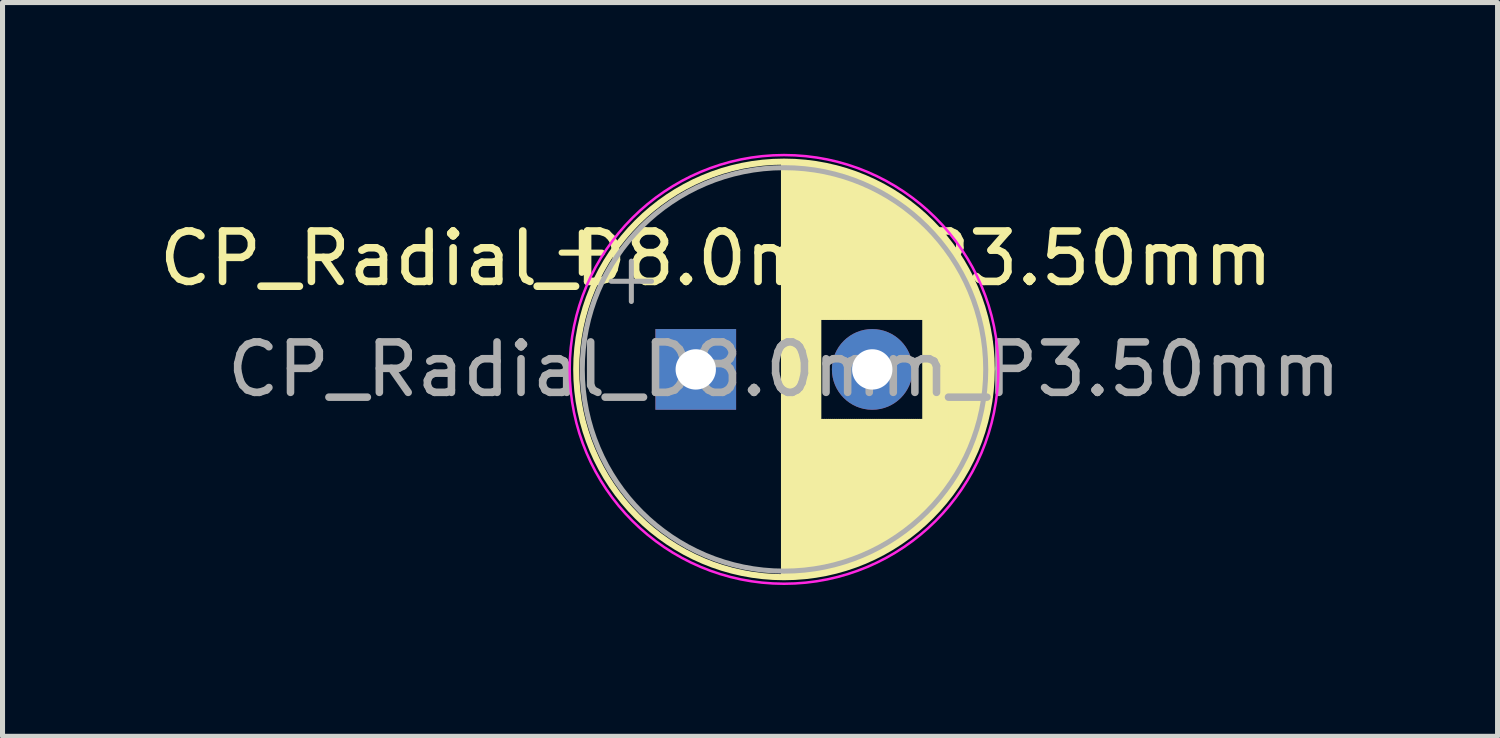
<source format=kicad_pcb>
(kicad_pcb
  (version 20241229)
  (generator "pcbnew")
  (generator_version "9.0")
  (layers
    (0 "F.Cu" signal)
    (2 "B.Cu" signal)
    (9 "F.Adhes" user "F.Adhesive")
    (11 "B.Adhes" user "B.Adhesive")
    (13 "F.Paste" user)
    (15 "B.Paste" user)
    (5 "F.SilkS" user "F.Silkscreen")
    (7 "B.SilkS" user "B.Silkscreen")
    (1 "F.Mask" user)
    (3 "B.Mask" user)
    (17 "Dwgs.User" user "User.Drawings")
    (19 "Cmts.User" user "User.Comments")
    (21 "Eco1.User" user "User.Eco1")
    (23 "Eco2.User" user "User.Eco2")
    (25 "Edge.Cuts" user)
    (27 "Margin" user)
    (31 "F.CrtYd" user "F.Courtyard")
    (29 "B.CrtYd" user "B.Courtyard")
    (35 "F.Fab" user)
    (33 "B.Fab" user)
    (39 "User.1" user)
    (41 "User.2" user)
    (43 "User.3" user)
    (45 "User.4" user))
  (footprint "CP_Radial_D8.0mm_P3.50mm"
    (layer "F.Cu")
    (at 10.746 4.275)
    (property "Reference" "CP_Radial_D8.0mm_P3.50mm" (at 0.403 -2.2 180) (layer "F.SilkS") (effects (font (size 1 1) (thickness 0.15))))
    (attr through_hole)
    (fp_line (start -2.66 -2.315) (end -1.86 -2.315) (stroke (width 0.12) (type solid)) (layer "F.SilkS"))
    (fp_line (start -2.26 -2.715) (end -2.26 -1.915) (stroke (width 0.12) (type solid)) (layer "F.SilkS"))
    (fp_line (start 1.75 -4.08) (end 1.75 4.08) (stroke (width 0.12) (type solid)) (layer "F.SilkS"))
    (fp_line (start 1.79 -4.08) (end 1.79 4.08) (stroke (width 0.12) (type solid)) (layer "F.SilkS"))
    (fp_line (start 1.83 -4.08) (end 1.83 4.08) (stroke (width 0.12) (type solid)) (layer "F.SilkS"))
    (fp_line (start 1.87 -4.079) (end 1.87 4.079) (stroke (width 0.12) (type solid)) (layer "F.SilkS"))
    (fp_line (start 1.91 -4.077) (end 1.91 4.077) (stroke (width 0.12) (type solid)) (layer "F.SilkS"))
    (fp_line (start 1.95 -4.076) (end 1.95 4.076) (stroke (width 0.12) (type solid)) (layer "F.SilkS"))
    (fp_line (start 1.99 -4.074) (end 1.99 4.074) (stroke (width 0.12) (type solid)) (layer "F.SilkS"))
    (fp_line (start 2.03 -4.071) (end 2.03 4.071) (stroke (width 0.12) (type solid)) (layer "F.SilkS"))
    (fp_line (start 2.07 -4.068) (end 2.07 4.068) (stroke (width 0.12) (type solid)) (layer "F.SilkS"))
    (fp_line (start 2.11 -4.065) (end 2.11 4.065) (stroke (width 0.12) (type solid)) (layer "F.SilkS"))
    (fp_line (start 2.15 -4.061) (end 2.15 4.061) (stroke (width 0.12) (type solid)) (layer "F.SilkS"))
    (fp_line (start 2.19 -4.057) (end 2.19 4.057) (stroke (width 0.12) (type solid)) (layer "F.SilkS"))
    (fp_line (start 2.23 -4.052) (end 2.23 4.052) (stroke (width 0.12) (type solid)) (layer "F.SilkS"))
    (fp_line (start 2.27 -4.048) (end 2.27 4.048) (stroke (width 0.12) (type solid)) (layer "F.SilkS"))
    (fp_line (start 2.31 -4.042) (end 2.31 4.042) (stroke (width 0.12) (type solid)) (layer "F.SilkS"))
    (fp_line (start 2.35 -4.037) (end 2.35 4.037) (stroke (width 0.12) (type solid)) (layer "F.SilkS"))
    (fp_line (start 2.39 -4.03) (end 2.39 4.03) (stroke (width 0.12) (type solid)) (layer "F.SilkS"))
    (fp_line (start 2.43 -4.024) (end 2.43 4.024) (stroke (width 0.12) (type solid)) (layer "F.SilkS"))
    (fp_line (start 2.471 -4.017) (end 2.471 -1.04) (stroke (width 0.12) (type solid)) (layer "F.SilkS"))
    (fp_line (start 2.471 1.04) (end 2.471 4.017) (stroke (width 0.12) (type solid)) (layer "F.SilkS"))
    (fp_line (start 2.511 -4.01) (end 2.511 -1.04) (stroke (width 0.12) (type solid)) (layer "F.SilkS"))
    (fp_line (start 2.511 1.04) (end 2.511 4.01) (stroke (width 0.12) (type solid)) (layer "F.SilkS"))
    (fp_line (start 2.551 1.04) (end 2.551 4.002) (stroke (width 0.12) (type solid)) (layer "F.SilkS"))
    (fp_line (start 2.551 -4.002) (end 2.551 -1.04) (stroke (width 0.12) (type solid)) (layer "F.SilkS"))
    (fp_line (start 2.591 -3.994) (end 2.591 -1.04) (stroke (width 0.12) (type solid)) (layer "F.SilkS"))
    (fp_line (start 2.591 1.04) (end 2.591 3.994) (stroke (width 0.12) (type solid)) (layer "F.SilkS"))
    (fp_line (start 2.631 -3.985) (end 2.631 -1.04) (stroke (width 0.12) (type solid)) (layer "F.SilkS"))
    (fp_line (start 2.631 1.04) (end 2.631 3.985) (stroke (width 0.12) (type solid)) (layer "F.SilkS"))
    (fp_line (start 2.671 -3.976) (end 2.671 -1.04) (stroke (width 0.12) (type solid)) (layer "F.SilkS"))
    (fp_line (start 2.671 1.04) (end 2.671 3.976) (stroke (width 0.12) (type solid)) (layer "F.SilkS"))
    (fp_line (start 2.711 -3.967) (end 2.711 -1.04) (stroke (width 0.12) (type solid)) (layer "F.SilkS"))
    (fp_line (start 2.711 1.04) (end 2.711 3.967) (stroke (width 0.12) (type solid)) (layer "F.SilkS"))
    (fp_line (start 2.751 -3.957) (end 2.751 -1.04) (stroke (width 0.12) (type solid)) (layer "F.SilkS"))
    (fp_line (start 2.751 1.04) (end 2.751 3.957) (stroke (width 0.12) (type solid)) (layer "F.SilkS"))
    (fp_line (start 2.791 -3.947) (end 2.791 -1.04) (stroke (width 0.12) (type solid)) (layer "F.SilkS"))
    (fp_line (start 2.791 1.04) (end 2.791 3.947) (stroke (width 0.12) (type solid)) (layer "F.SilkS"))
    (fp_line (start 2.831 -3.936) (end 2.831 -1.04) (stroke (width 0.12) (type solid)) (layer "F.SilkS"))
    (fp_line (start 2.831 1.04) (end 2.831 3.936) (stroke (width 0.12) (type solid)) (layer "F.SilkS"))
    (fp_line (start 2.871 -3.925) (end 2.871 -1.04) (stroke (width 0.12) (type solid)) (layer "F.SilkS"))
    (fp_line (start 2.871 1.04) (end 2.871 3.925) (stroke (width 0.12) (type solid)) (layer "F.SilkS"))
    (fp_line (start 2.911 -3.914) (end 2.911 -1.04) (stroke (width 0.12) (type solid)) (layer "F.SilkS"))
    (fp_line (start 2.911 1.04) (end 2.911 3.914) (stroke (width 0.12) (type solid)) (layer "F.SilkS"))
    (fp_line (start 2.951 -3.902) (end 2.951 -1.04) (stroke (width 0.12) (type solid)) (layer "F.SilkS"))
    (fp_line (start 2.951 1.04) (end 2.951 3.902) (stroke (width 0.12) (type solid)) (layer "F.SilkS"))
    (fp_line (start 2.991 1.04) (end 2.991 3.889) (stroke (width 0.12) (type solid)) (layer "F.SilkS"))
    (fp_line (start 2.991 -3.889) (end 2.991 -1.04) (stroke (width 0.12) (type solid)) (layer "F.SilkS"))
    (fp_line (start 3.031 -3.877) (end 3.031 -1.04) (stroke (width 0.12) (type solid)) (layer "F.SilkS"))
    (fp_line (start 3.031 1.04) (end 3.031 3.877) (stroke (width 0.12) (type solid)) (layer "F.SilkS"))
    (fp_line (start 3.071 -3.863) (end 3.071 -1.04) (stroke (width 0.12) (type solid)) (layer "F.SilkS"))
    (fp_line (start 3.071 1.04) (end 3.071 3.863) (stroke (width 0.12) (type solid)) (layer "F.SilkS"))
    (fp_line (start 3.111 -3.85) (end 3.111 -1.04) (stroke (width 0.12) (type solid)) (layer "F.SilkS"))
    (fp_line (start 3.111 1.04) (end 3.111 3.85) (stroke (width 0.12) (type solid)) (layer "F.SilkS"))
    (fp_line (start 3.151 -3.835) (end 3.151 -1.04) (stroke (width 0.12) (type solid)) (layer "F.SilkS"))
    (fp_line (start 3.151 1.04) (end 3.151 3.835) (stroke (width 0.12) (type solid)) (layer "F.SilkS"))
    (fp_line (start 3.191 -3.821) (end 3.191 -1.04) (stroke (width 0.12) (type solid)) (layer "F.SilkS"))
    (fp_line (start 3.191 1.04) (end 3.191 3.821) (stroke (width 0.12) (type solid)) (layer "F.SilkS"))
    (fp_line (start 3.231 -3.805) (end 3.231 -1.04) (stroke (width 0.12) (type solid)) (layer "F.SilkS"))
    (fp_line (start 3.231 1.04) (end 3.231 3.805) (stroke (width 0.12) (type solid)) (layer "F.SilkS"))
    (fp_line (start 3.271 -3.79) (end 3.271 -1.04) (stroke (width 0.12) (type solid)) (layer "F.SilkS"))
    (fp_line (start 3.271 1.04) (end 3.271 3.79) (stroke (width 0.12) (type solid)) (layer "F.SilkS"))
    (fp_line (start 3.311 -3.774) (end 3.311 -1.04) (stroke (width 0.12) (type solid)) (layer "F.SilkS"))
    (fp_line (start 3.311 1.04) (end 3.311 3.774) (stroke (width 0.12) (type solid)) (layer "F.SilkS"))
    (fp_line (start 3.351 -3.757) (end 3.351 -1.04) (stroke (width 0.12) (type solid)) (layer "F.SilkS"))
    (fp_line (start 3.351 1.04) (end 3.351 3.757) (stroke (width 0.12) (type solid)) (layer "F.SilkS"))
    (fp_line (start 3.391 -3.74) (end 3.391 -1.04) (stroke (width 0.12) (type solid)) (layer "F.SilkS"))
    (fp_line (start 3.391 1.04) (end 3.391 3.74) (stroke (width 0.12) (type solid)) (layer "F.SilkS"))
    (fp_line (start 3.431 1.04) (end 3.431 3.722) (stroke (width 0.12) (type solid)) (layer "F.SilkS"))
    (fp_line (start 3.431 -3.722) (end 3.431 -1.04) (stroke (width 0.12) (type solid)) (layer "F.SilkS"))
    (fp_line (start 3.471 -3.704) (end 3.471 -1.04) (stroke (width 0.12) (type solid)) (layer "F.SilkS"))
    (fp_line (start 3.471 1.04) (end 3.471 3.704) (stroke (width 0.12) (type solid)) (layer "F.SilkS"))
    (fp_line (start 3.511 -3.686) (end 3.511 -1.04) (stroke (width 0.12) (type solid)) (layer "F.SilkS"))
    (fp_line (start 3.511 1.04) (end 3.511 3.686) (stroke (width 0.12) (type solid)) (layer "F.SilkS"))
    (fp_line (start 3.551 -3.666) (end 3.551 -1.04) (stroke (width 0.12) (type solid)) (layer "F.SilkS"))
    (fp_line (start 3.551 1.04) (end 3.551 3.666) (stroke (width 0.12) (type solid)) (layer "F.SilkS"))
    (fp_line (start 3.591 -3.647) (end 3.591 -1.04) (stroke (width 0.12) (type solid)) (layer "F.SilkS"))
    (fp_line (start 3.591 1.04) (end 3.591 3.647) (stroke (width 0.12) (type solid)) (layer "F.SilkS"))
    (fp_line (start 3.631 -3.627) (end 3.631 -1.04) (stroke (width 0.12) (type solid)) (layer "F.SilkS"))
    (fp_line (start 3.631 1.04) (end 3.631 3.627) (stroke (width 0.12) (type solid)) (layer "F.SilkS"))
    (fp_line (start 3.671 -3.606) (end 3.671 -1.04) (stroke (width 0.12) (type solid)) (layer "F.SilkS"))
    (fp_line (start 3.671 1.04) (end 3.671 3.606) (stroke (width 0.12) (type solid)) (layer "F.SilkS"))
    (fp_line (start 3.711 -3.584) (end 3.711 -1.04) (stroke (width 0.12) (type solid)) (layer "F.SilkS"))
    (fp_line (start 3.711 1.04) (end 3.711 3.584) (stroke (width 0.12) (type solid)) (layer "F.SilkS"))
    (fp_line (start 3.751 -3.562) (end 3.751 -1.04) (stroke (width 0.12) (type solid)) (layer "F.SilkS"))
    (fp_line (start 3.751 1.04) (end 3.751 3.562) (stroke (width 0.12) (type solid)) (layer "F.SilkS"))
    (fp_line (start 3.791 -3.54) (end 3.791 -1.04) (stroke (width 0.12) (type solid)) (layer "F.SilkS"))
    (fp_line (start 3.791 1.04) (end 3.791 3.54) (stroke (width 0.12) (type solid)) (layer "F.SilkS"))
    (fp_line (start 3.831 1.04) (end 3.831 3.517) (stroke (width 0.12) (type solid)) (layer "F.SilkS"))
    (fp_line (start 3.831 -3.517) (end 3.831 -1.04) (stroke (width 0.12) (type solid)) (layer "F.SilkS"))
    (fp_line (start 3.871 -3.493) (end 3.871 -1.04) (stroke (width 0.12) (type solid)) (layer "F.SilkS"))
    (fp_line (start 3.871 1.04) (end 3.871 3.493) (stroke (width 0.12) (type solid)) (layer "F.SilkS"))
    (fp_line (start 3.911 -3.469) (end 3.911 -1.04) (stroke (width 0.12) (type solid)) (layer "F.SilkS"))
    (fp_line (start 3.911 1.04) (end 3.911 3.469) (stroke (width 0.12) (type solid)) (layer "F.SilkS"))
    (fp_line (start 3.951 -3.444) (end 3.951 -1.04) (stroke (width 0.12) (type solid)) (layer "F.SilkS"))
    (fp_line (start 3.951 1.04) (end 3.951 3.444) (stroke (width 0.12) (type solid)) (layer "F.SilkS"))
    (fp_line (start 3.991 -3.418) (end 3.991 -1.04) (stroke (width 0.12) (type solid)) (layer "F.SilkS"))
    (fp_line (start 3.991 1.04) (end 3.991 3.418) (stroke (width 0.12) (type solid)) (layer "F.SilkS"))
    (fp_line (start 4.031 1.04) (end 4.031 3.392) (stroke (width 0.12) (type solid)) (layer "F.SilkS"))
    (fp_line (start 4.031 -3.392) (end 4.031 -1.04) (stroke (width 0.12) (type solid)) (layer "F.SilkS"))
    (fp_line (start 4.071 -3.365) (end 4.071 -1.04) (stroke (width 0.12) (type solid)) (layer "F.SilkS"))
    (fp_line (start 4.071 1.04) (end 4.071 3.365) (stroke (width 0.12) (type solid)) (layer "F.SilkS"))
    (fp_line (start 4.111 -3.338) (end 4.111 -1.04) (stroke (width 0.12) (type solid)) (layer "F.SilkS"))
    (fp_line (start 4.111 1.04) (end 4.111 3.338) (stroke (width 0.12) (type solid)) (layer "F.SilkS"))
    (fp_line (start 4.151 -3.309) (end 4.151 -1.04) (stroke (width 0.12) (type solid)) (layer "F.SilkS"))
    (fp_line (start 4.151 1.04) (end 4.151 3.309) (stroke (width 0.12) (type solid)) (layer "F.SilkS"))
    (fp_line (start 4.191 -3.28) (end 4.191 -1.04) (stroke (width 0.12) (type solid)) (layer "F.SilkS"))
    (fp_line (start 4.191 1.04) (end 4.191 3.28) (stroke (width 0.12) (type solid)) (layer "F.SilkS"))
    (fp_line (start 4.231 -3.25) (end 4.231 -1.04) (stroke (width 0.12) (type solid)) (layer "F.SilkS"))
    (fp_line (start 4.231 1.04) (end 4.231 3.25) (stroke (width 0.12) (type solid)) (layer "F.SilkS"))
    (fp_line (start 4.271 -3.22) (end 4.271 -1.04) (stroke (width 0.12) (type solid)) (layer "F.SilkS"))
    (fp_line (start 4.271 1.04) (end 4.271 3.22) (stroke (width 0.12) (type solid)) (layer "F.SilkS"))
    (fp_line (start 4.311 -3.189) (end 4.311 -1.04) (stroke (width 0.12) (type solid)) (layer "F.SilkS"))
    (fp_line (start 4.311 1.04) (end 4.311 3.189) (stroke (width 0.12) (type solid)) (layer "F.SilkS"))
    (fp_line (start 4.351 -3.156) (end 4.351 -1.04) (stroke (width 0.12) (type solid)) (layer "F.SilkS"))
    (fp_line (start 4.351 1.04) (end 4.351 3.156) (stroke (width 0.12) (type solid)) (layer "F.SilkS"))
    (fp_line (start 4.391 -3.124) (end 4.391 -1.04) (stroke (width 0.12) (type solid)) (layer "F.SilkS"))
    (fp_line (start 4.391 1.04) (end 4.391 3.124) (stroke (width 0.12) (type solid)) (layer "F.SilkS"))
    (fp_line (start 4.431 -3.09) (end 4.431 -1.04) (stroke (width 0.12) (type solid)) (layer "F.SilkS"))
    (fp_line (start 4.431 1.04) (end 4.431 3.09) (stroke (width 0.12) (type solid)) (layer "F.SilkS"))
    (fp_line (start 4.471 1.04) (end 4.471 3.055) (stroke (width 0.12) (type solid)) (layer "F.SilkS"))
    (fp_line (start 4.471 -3.055) (end 4.471 -1.04) (stroke (width 0.12) (type solid)) (layer "F.SilkS"))
    (fp_line (start 4.511 -3.019) (end 4.511 -1.04) (stroke (width 0.12) (type solid)) (layer "F.SilkS"))
    (fp_line (start 4.511 1.04) (end 4.511 3.019) (stroke (width 0.12) (type solid)) (layer "F.SilkS"))
    (fp_line (start 4.551 -2.983) (end 4.551 2.983) (stroke (width 0.12) (type solid)) (layer "F.SilkS"))
    (fp_line (start 4.591 -2.945) (end 4.591 2.945) (stroke (width 0.12) (type solid)) (layer "F.SilkS"))
    (fp_line (start 4.631 -2.907) (end 4.631 2.907) (stroke (width 0.12) (type solid)) (layer "F.SilkS"))
    (fp_line (start 4.671 -2.867) (end 4.671 2.867) (stroke (width 0.12) (type solid)) (layer "F.SilkS"))
    (fp_line (start 4.711 -2.826) (end 4.711 2.826) (stroke (width 0.12) (type solid)) (layer "F.SilkS"))
    (fp_line (start 4.751 -2.784) (end 4.751 2.784) (stroke (width 0.12) (type solid)) (layer "F.SilkS"))
    (fp_line (start 4.791 -2.741) (end 4.791 2.741) (stroke (width 0.12) (type solid)) (layer "F.SilkS"))
    (fp_line (start 4.831 -2.697) (end 4.831 2.697) (stroke (width 0.12) (type solid)) (layer "F.SilkS"))
    (fp_line (start 4.871 -2.651) (end 4.871 2.651) (stroke (width 0.12) (type solid)) (layer "F.SilkS"))
    (fp_line (start 4.911 -2.604) (end 4.911 2.604) (stroke (width 0.12) (type solid)) (layer "F.SilkS"))
    (fp_line (start 4.951 -2.556) (end 4.951 2.556) (stroke (width 0.12) (type solid)) (layer "F.SilkS"))
    (fp_line (start 4.991 -2.505) (end 4.991 2.505) (stroke (width 0.12) (type solid)) (layer "F.SilkS"))
    (fp_line (start 5.031 -2.454) (end 5.031 2.454) (stroke (width 0.12) (type solid)) (layer "F.SilkS"))
    (fp_line (start 5.071 -2.4) (end 5.071 2.4) (stroke (width 0.12) (type solid)) (layer "F.SilkS"))
    (fp_line (start 5.111 -2.345) (end 5.111 2.345) (stroke (width 0.12) (type solid)) (layer "F.SilkS"))
    (fp_line (start 5.151 -2.287) (end 5.151 2.287) (stroke (width 0.12) (type solid)) (layer "F.SilkS"))
    (fp_line (start 5.191 -2.228) (end 5.191 2.228) (stroke (width 0.12) (type solid)) (layer "F.SilkS"))
    (fp_line (start 5.231 -2.166) (end 5.231 2.166) (stroke (width 0.12) (type solid)) (layer "F.SilkS"))
    (fp_line (start 5.271 -2.102) (end 5.271 2.102) (stroke (width 0.12) (type solid)) (layer "F.SilkS"))
    (fp_line (start 5.311 -2.034) (end 5.311 2.034) (stroke (width 0.12) (type solid)) (layer "F.SilkS"))
    (fp_line (start 5.351 -1.964) (end 5.351 1.964) (stroke (width 0.12) (type solid)) (layer "F.SilkS"))
    (fp_line (start 5.391 -1.89) (end 5.391 1.89) (stroke (width 0.12) (type solid)) (layer "F.SilkS"))
    (fp_line (start 5.431 -1.813) (end 5.431 1.813) (stroke (width 0.12) (type solid)) (layer "F.SilkS"))
    (fp_line (start 5.471 -1.731) (end 5.471 1.731) (stroke (width 0.12) (type solid)) (layer "F.SilkS"))
    (fp_line (start 5.511 -1.645) (end 5.511 1.645) (stroke (width 0.12) (type solid)) (layer "F.SilkS"))
    (fp_line (start 5.551 -1.552) (end 5.551 1.552) (stroke (width 0.12) (type solid)) (layer "F.SilkS"))
    (fp_line (start 5.591 -1.453) (end 5.591 1.453) (stroke (width 0.12) (type solid)) (layer "F.SilkS"))
    (fp_line (start 5.631 -1.346) (end 5.631 1.346) (stroke (width 0.12) (type solid)) (layer "F.SilkS"))
    (fp_line (start 5.671 -1.229) (end 5.671 1.229) (stroke (width 0.12) (type solid)) (layer "F.SilkS"))
    (fp_line (start 5.711 -1.098) (end 5.711 1.098) (stroke (width 0.12) (type solid)) (layer "F.SilkS"))
    (fp_line (start 5.751 -0.948) (end 5.751 0.948) (stroke (width 0.12) (type solid)) (layer "F.SilkS"))
    (fp_line (start 5.791 -0.768) (end 5.791 0.768) (stroke (width 0.12) (type solid)) (layer "F.SilkS"))
    (fp_line (start 5.831 -0.533) (end 5.831 0.533) (stroke (width 0.12) (type solid)) (layer "F.SilkS"))
    (fp_circle (center 1.75 0) (end 5.87 0) (stroke (width 0.12) (type solid)) (fill no) (layer "F.SilkS"))
    (fp_circle (center 1.75 0) (end 6 0) (stroke (width 0.05) (type solid)) (fill no) (layer "F.CrtYd"))
    (fp_line (start -1.677 -1.748) (end -0.877 -1.748) (stroke (width 0.1) (type solid)) (layer "F.Fab"))
    (fp_line (start -1.277 -2.147) (end -1.277 -1.347) (stroke (width 0.1) (type solid)) (layer "F.Fab"))
    (fp_circle (center 1.75 0) (end 5.75 0) (stroke (width 0.1) (type solid)) (fill no) (layer "F.Fab"))
    (fp_text user "${REFERENCE}" (at 1.75 0 180) (layer "F.Fab") (effects (font (size 1 1) (thickness 0.15))))
    (pad "1" thru_hole rect (at 0 0) (size 1.6 1.6) (drill 0.8) (layers "*.Cu" "*.Mask"))
    (pad "2" thru_hole circle (at 3.5 0) (size 1.6 1.6) (drill 0.8) (layers "*.Cu" "*.Mask")))
  (gr_rect
    (start -3 -3)
    (end 26.645 11.55)
    (stroke (width 0.1) (type default))
    (fill no)
    (layer "Edge.Cuts")))
</source>
